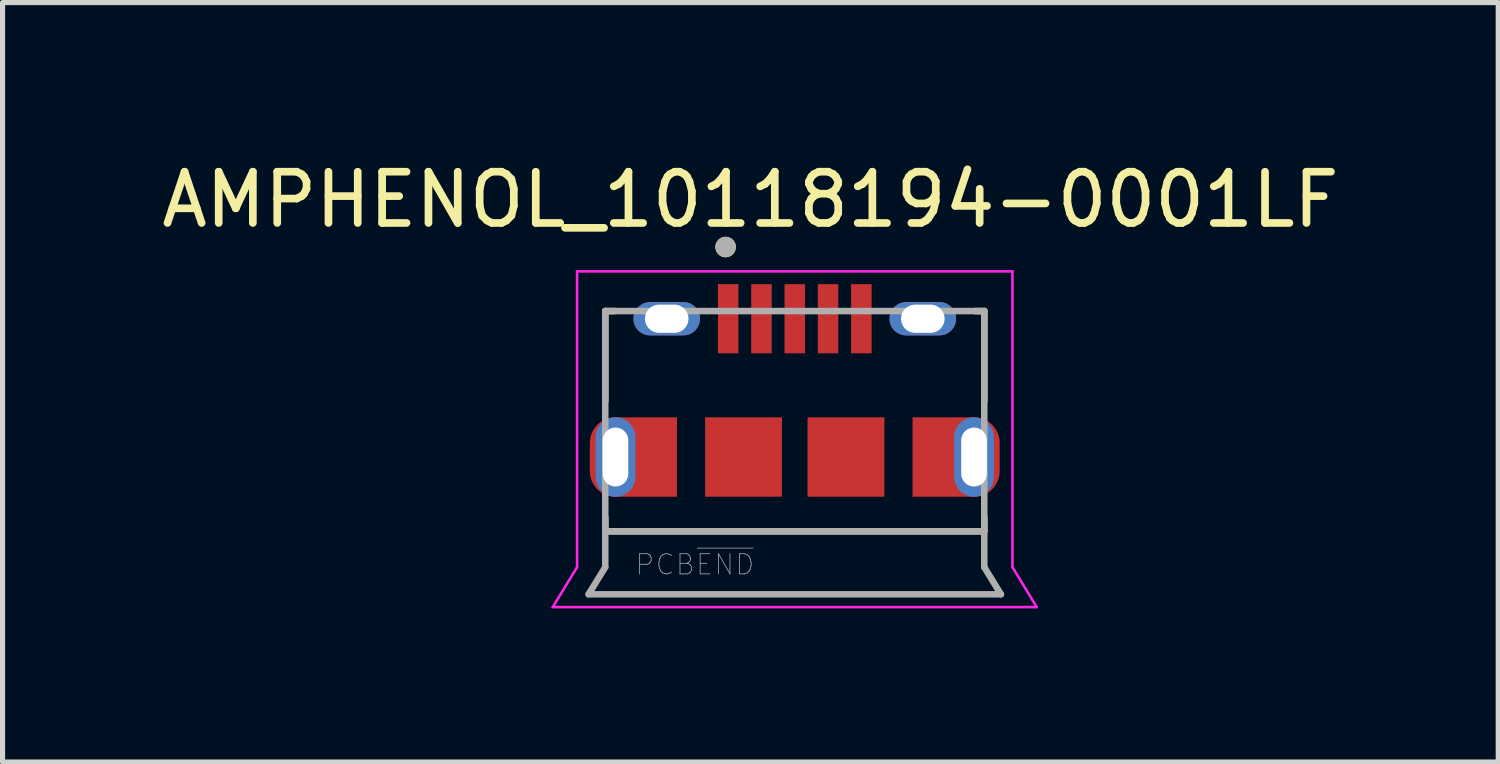
<source format=kicad_pcb>
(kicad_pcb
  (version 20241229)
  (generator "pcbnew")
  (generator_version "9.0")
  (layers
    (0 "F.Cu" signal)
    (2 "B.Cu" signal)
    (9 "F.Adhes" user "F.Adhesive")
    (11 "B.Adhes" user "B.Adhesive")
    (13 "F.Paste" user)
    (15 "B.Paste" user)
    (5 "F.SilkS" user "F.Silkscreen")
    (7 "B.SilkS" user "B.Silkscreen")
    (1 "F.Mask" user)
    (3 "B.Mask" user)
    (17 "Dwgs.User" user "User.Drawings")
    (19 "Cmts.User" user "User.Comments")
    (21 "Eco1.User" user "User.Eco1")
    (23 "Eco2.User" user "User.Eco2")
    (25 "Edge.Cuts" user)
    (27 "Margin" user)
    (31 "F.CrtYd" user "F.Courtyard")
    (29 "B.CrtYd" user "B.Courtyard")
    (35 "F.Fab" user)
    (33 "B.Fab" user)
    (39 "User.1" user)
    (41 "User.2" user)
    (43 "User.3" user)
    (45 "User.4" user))
  (footprint "AMPHENOL_10118194-0001LF"
    (layer "F.Cu")
    (at 12.467 5.873)
    (property "Reference" "AMPHENOL_10118194-0001LF" (at -0.866 -5.025 0) (layer "F.SilkS") (effects (font (size 1 1) (thickness 0.15))))
    (attr through_hole)
    (fp_poly (pts (xy -2.3 -0.78) (xy -2.3 0.775) (xy -3.498 0.775) (xy -3.498 0.575) (xy -3.486 0.575) (xy -3.473 0.574) (xy -3.46 0.572) (xy -3.447 0.57) (xy -3.434 0.567) (xy -3.422 0.563) (xy -3.41 0.558) (xy -3.398 0.553) (xy -3.386 0.548) (xy -3.374 0.542) (xy -3.363 0.535) (xy -3.353 0.527) (xy -3.342 0.52) (xy -3.332 0.511) (xy -3.323 0.502) (xy -3.314 0.493) (xy -3.305 0.483) (xy -3.298 0.472) (xy -3.29 0.462) (xy -3.283 0.451) (xy -3.277 0.439) (xy -3.272 0.427) (xy -3.267 0.415) (xy -3.262 0.403) (xy -3.258 0.391) (xy -3.255 0.378) (xy -3.253 0.365) (xy -3.251 0.352) (xy -3.25 0.339) (xy -3.25 0.325) (xy -3.25 0.315) (xy -3.25 -0.315) (xy -3.25 -0.325) (xy -3.25 -0.338) (xy -3.251 -0.351) (xy -3.253 -0.364) (xy -3.255 -0.377) (xy -3.259 -0.39) (xy -3.262 -0.402) (xy -3.267 -0.415) (xy -3.272 -0.427) (xy -3.277 -0.438) (xy -3.283 -0.45) (xy -3.29 -0.461) (xy -3.298 -0.472) (xy -3.306 -0.482) (xy -3.314 -0.492) (xy -3.323 -0.502) (xy -3.333 -0.511) (xy -3.343 -0.519) (xy -3.353 -0.527) (xy -3.364 -0.535) (xy -3.375 -0.542) (xy -3.387 -0.548) (xy -3.398 -0.553) (xy -3.41 -0.558) (xy -3.423 -0.563) (xy -3.435 -0.566) (xy -3.448 -0.57) (xy -3.461 -0.572) (xy -3.474 -0.574) (xy -3.487 -0.575) (xy -3.5 -0.575) (xy -3.513 -0.575) (xy -3.526 -0.574) (xy -3.539 -0.572) (xy -3.552 -0.57) (xy -3.565 -0.566) (xy -3.577 -0.563) (xy -3.59 -0.558) (xy -3.602 -0.553) (xy -3.613 -0.548) (xy -3.625 -0.542) (xy -3.636 -0.535) (xy -3.647 -0.527) (xy -3.657 -0.519) (xy -3.667 -0.511) (xy -3.677 -0.502) (xy -3.686 -0.492) (xy -3.694 -0.482) (xy -3.702 -0.472) (xy -3.71 -0.461) (xy -3.717 -0.45) (xy -3.723 -0.438) (xy -3.728 -0.427) (xy -3.733 -0.415) (xy -3.738 -0.402) (xy -3.741 -0.39) (xy -3.745 -0.377) (xy -3.747 -0.364) (xy -3.749 -0.351) (xy -3.75 -0.338) (xy -3.75 -0.325) (xy -3.75 0.325) (xy -3.75 0.339) (xy -3.749 0.352) (xy -3.747 0.365) (xy -3.745 0.378) (xy -3.742 0.391) (xy -3.738 0.403) (xy -3.733 0.415) (xy -3.728 0.427) (xy -3.723 0.439) (xy -3.717 0.451) (xy -3.71 0.462) (xy -3.702 0.472) (xy -3.695 0.483) (xy -3.686 0.493) (xy -3.677 0.502) (xy -3.668 0.511) (xy -3.658 0.52) (xy -3.647 0.527) (xy -3.637 0.535) (xy -3.626 0.542) (xy -3.614 0.548) (xy -3.602 0.553) (xy -3.59 0.558) (xy -3.578 0.563) (xy -3.566 0.567) (xy -3.553 0.57) (xy -3.54 0.572) (xy -3.527 0.574) (xy -3.514 0.575) (xy -3.502 0.575) (xy -3.502 0.775) (xy -3.527 0.774) (xy -3.553 0.772) (xy -3.579 0.769) (xy -3.605 0.764) (xy -3.63 0.758) (xy -3.655 0.751) (xy -3.68 0.742) (xy -3.704 0.732) (xy -3.728 0.721) (xy -3.751 0.708) (xy -3.773 0.695) (xy -3.794 0.68) (xy -3.815 0.664) (xy -3.835 0.647) (xy -3.854 0.629) (xy -3.872 0.61) (xy -3.889 0.59) (xy -3.905 0.569) (xy -3.92 0.548) (xy -3.933 0.526) (xy -3.946 0.503) (xy -3.957 0.479) (xy -3.967 0.455) (xy -3.976 0.43) (xy -3.983 0.405) (xy -3.989 0.38) (xy -3.994 0.354) (xy -3.997 0.328) (xy -3.999 0.302) (xy -4 0.275) (xy -4 -0.275) (xy -3.999 -0.301) (xy -3.997 -0.327) (xy -3.994 -0.353) (xy -3.989 -0.379) (xy -3.983 -0.404) (xy -3.976 -0.43) (xy -3.967 -0.454) (xy -3.957 -0.478) (xy -3.946 -0.502) (xy -3.933 -0.525) (xy -3.919 -0.547) (xy -3.905 -0.569) (xy -3.889 -0.59) (xy -3.872 -0.61) (xy -3.854 -0.629) (xy -3.835 -0.647) (xy -3.815 -0.664) (xy -3.794 -0.68) (xy -3.772 -0.694) (xy -3.75 -0.708) (xy -3.727 -0.721) (xy -3.703 -0.732) (xy -3.679 -0.742) (xy -3.655 -0.751) (xy -3.629 -0.758) (xy -3.604 -0.764) (xy -3.578 -0.769) (xy -3.552 -0.772) (xy -3.526 -0.774) (xy -3.5 -0.775) (xy -2.305 -0.775) (xy -2.305 -0.78) (xy -2.3 -0.78)) (stroke (width 0.001) (type solid)) (fill yes) (layer "F.Cu"))
    (fp_poly (pts (xy 2.3 0.78) (xy 2.3 -0.775) (xy 3.498 -0.775) (xy 3.498 -0.575) (xy 3.486 -0.575) (xy 3.473 -0.574) (xy 3.46 -0.572) (xy 3.447 -0.57) (xy 3.434 -0.567) (xy 3.422 -0.563) (xy 3.41 -0.558) (xy 3.398 -0.553) (xy 3.386 -0.548) (xy 3.374 -0.542) (xy 3.363 -0.535) (xy 3.353 -0.527) (xy 3.342 -0.52) (xy 3.332 -0.511) (xy 3.323 -0.502) (xy 3.314 -0.493) (xy 3.305 -0.483) (xy 3.298 -0.472) (xy 3.29 -0.462) (xy 3.283 -0.451) (xy 3.277 -0.439) (xy 3.272 -0.427) (xy 3.267 -0.415) (xy 3.262 -0.403) (xy 3.258 -0.391) (xy 3.255 -0.378) (xy 3.253 -0.365) (xy 3.251 -0.352) (xy 3.25 -0.339) (xy 3.25 -0.325) (xy 3.25 -0.315) (xy 3.25 0.315) (xy 3.25 0.325) (xy 3.25 0.338) (xy 3.251 0.351) (xy 3.253 0.364) (xy 3.255 0.377) (xy 3.259 0.39) (xy 3.262 0.402) (xy 3.267 0.415) (xy 3.272 0.427) (xy 3.277 0.438) (xy 3.283 0.45) (xy 3.29 0.461) (xy 3.298 0.472) (xy 3.306 0.482) (xy 3.314 0.492) (xy 3.323 0.502) (xy 3.333 0.511) (xy 3.343 0.519) (xy 3.353 0.527) (xy 3.364 0.535) (xy 3.375 0.542) (xy 3.387 0.548) (xy 3.398 0.553) (xy 3.41 0.558) (xy 3.423 0.563) (xy 3.435 0.566) (xy 3.448 0.57) (xy 3.461 0.572) (xy 3.474 0.574) (xy 3.487 0.575) (xy 3.5 0.575) (xy 3.513 0.575) (xy 3.526 0.574) (xy 3.539 0.572) (xy 3.552 0.57) (xy 3.565 0.566) (xy 3.577 0.563) (xy 3.59 0.558) (xy 3.602 0.553) (xy 3.613 0.548) (xy 3.625 0.542) (xy 3.636 0.535) (xy 3.647 0.527) (xy 3.657 0.519) (xy 3.667 0.511) (xy 3.677 0.502) (xy 3.686 0.492) (xy 3.694 0.482) (xy 3.702 0.472) (xy 3.71 0.461) (xy 3.717 0.45) (xy 3.723 0.438) (xy 3.728 0.427) (xy 3.733 0.415) (xy 3.738 0.402) (xy 3.741 0.39) (xy 3.745 0.377) (xy 3.747 0.364) (xy 3.749 0.351) (xy 3.75 0.338) (xy 3.75 0.325) (xy 3.75 -0.325) (xy 3.75 -0.339) (xy 3.749 -0.352) (xy 3.747 -0.365) (xy 3.745 -0.378) (xy 3.742 -0.391) (xy 3.738 -0.403) (xy 3.733 -0.415) (xy 3.728 -0.427) (xy 3.723 -0.439) (xy 3.717 -0.451) (xy 3.71 -0.462) (xy 3.702 -0.472) (xy 3.695 -0.483) (xy 3.686 -0.493) (xy 3.677 -0.502) (xy 3.668 -0.511) (xy 3.658 -0.52) (xy 3.647 -0.527) (xy 3.637 -0.535) (xy 3.626 -0.542) (xy 3.614 -0.548) (xy 3.602 -0.553) (xy 3.59 -0.558) (xy 3.578 -0.563) (xy 3.566 -0.567) (xy 3.553 -0.57) (xy 3.54 -0.572) (xy 3.527 -0.574) (xy 3.514 -0.575) (xy 3.502 -0.575) (xy 3.502 -0.775) (xy 3.527 -0.774) (xy 3.553 -0.772) (xy 3.579 -0.769) (xy 3.605 -0.764) (xy 3.63 -0.758) (xy 3.655 -0.751) (xy 3.68 -0.742) (xy 3.704 -0.732) (xy 3.728 -0.721) (xy 3.751 -0.708) (xy 3.773 -0.695) (xy 3.794 -0.68) (xy 3.815 -0.664) (xy 3.835 -0.647) (xy 3.854 -0.629) (xy 3.872 -0.61) (xy 3.889 -0.59) (xy 3.905 -0.569) (xy 3.92 -0.548) (xy 3.933 -0.526) (xy 3.946 -0.503) (xy 3.957 -0.479) (xy 3.967 -0.455) (xy 3.976 -0.43) (xy 3.983 -0.405) (xy 3.989 -0.38) (xy 3.994 -0.354) (xy 3.997 -0.328) (xy 3.999 -0.302) (xy 4 -0.275) (xy 4 0.275) (xy 3.999 0.301) (xy 3.997 0.327) (xy 3.994 0.353) (xy 3.989 0.379) (xy 3.983 0.404) (xy 3.976 0.43) (xy 3.967 0.454) (xy 3.957 0.478) (xy 3.946 0.502) (xy 3.933 0.525) (xy 3.919 0.547) (xy 3.905 0.569) (xy 3.889 0.59) (xy 3.872 0.61) (xy 3.854 0.629) (xy 3.835 0.647) (xy 3.815 0.664) (xy 3.794 0.68) (xy 3.772 0.694) (xy 3.75 0.708) (xy 3.727 0.721) (xy 3.703 0.732) (xy 3.679 0.742) (xy 3.655 0.751) (xy 3.629 0.758) (xy 3.604 0.764) (xy 3.578 0.769) (xy 3.552 0.772) (xy 3.526 0.774) (xy 3.5 0.775) (xy 2.305 0.775) (xy 2.305 0.78) (xy 2.3 0.78)) (stroke (width 0.001) (type solid)) (fill yes) (layer "F.Cu"))
    (fp_poly (pts (xy -3.6 -0.875) (xy -2.2 -0.875) (xy -2.2 0.875) (xy -3.6 0.875) (xy -3.626 0.874) (xy -3.652 0.872) (xy -3.678 0.869) (xy -3.704 0.864) (xy -3.729 0.858) (xy -3.755 0.851) (xy -3.779 0.842) (xy -3.803 0.832) (xy -3.827 0.821) (xy -3.85 0.808) (xy -3.872 0.794) (xy -3.894 0.78) (xy -3.915 0.764) (xy -3.935 0.747) (xy -3.954 0.729) (xy -3.972 0.71) (xy -3.989 0.69) (xy -4.005 0.669) (xy -4.019 0.647) (xy -4.033 0.625) (xy -4.046 0.602) (xy -4.057 0.578) (xy -4.067 0.554) (xy -4.076 0.53) (xy -4.083 0.504) (xy -4.089 0.479) (xy -4.094 0.453) (xy -4.097 0.427) (xy -4.099 0.401) (xy -4.1 0.375) (xy -4.1 -0.375) (xy -4.099 -0.401) (xy -4.097 -0.427) (xy -4.094 -0.453) (xy -4.089 -0.479) (xy -4.083 -0.504) (xy -4.076 -0.53) (xy -4.067 -0.554) (xy -4.057 -0.578) (xy -4.046 -0.602) (xy -4.033 -0.625) (xy -4.019 -0.647) (xy -4.005 -0.669) (xy -3.989 -0.69) (xy -3.972 -0.71) (xy -3.954 -0.729) (xy -3.935 -0.747) (xy -3.915 -0.764) (xy -3.894 -0.78) (xy -3.872 -0.794) (xy -3.85 -0.808) (xy -3.827 -0.821) (xy -3.803 -0.832) (xy -3.779 -0.842) (xy -3.755 -0.851) (xy -3.729 -0.858) (xy -3.704 -0.864) (xy -3.678 -0.869) (xy -3.652 -0.872) (xy -3.626 -0.874) (xy -3.6 -0.875)) (stroke (width 0.0001) (type solid)) (fill yes) (layer "F.Mask"))
    (fp_poly (pts (xy 3.6 0.875) (xy 2.2 0.875) (xy 2.2 -0.875) (xy 3.6 -0.875) (xy 3.626 -0.874) (xy 3.652 -0.872) (xy 3.678 -0.869) (xy 3.704 -0.864) (xy 3.729 -0.858) (xy 3.755 -0.851) (xy 3.779 -0.842) (xy 3.803 -0.832) (xy 3.827 -0.821) (xy 3.85 -0.808) (xy 3.872 -0.794) (xy 3.894 -0.78) (xy 3.915 -0.764) (xy 3.935 -0.747) (xy 3.954 -0.729) (xy 3.972 -0.71) (xy 3.989 -0.69) (xy 4.005 -0.669) (xy 4.019 -0.647) (xy 4.033 -0.625) (xy 4.046 -0.602) (xy 4.057 -0.578) (xy 4.067 -0.554) (xy 4.076 -0.53) (xy 4.083 -0.504) (xy 4.089 -0.479) (xy 4.094 -0.453) (xy 4.097 -0.427) (xy 4.099 -0.401) (xy 4.1 -0.375) (xy 4.1 0.375) (xy 4.099 0.401) (xy 4.097 0.427) (xy 4.094 0.453) (xy 4.089 0.479) (xy 4.083 0.504) (xy 4.076 0.53) (xy 4.067 0.554) (xy 4.057 0.578) (xy 4.046 0.602) (xy 4.033 0.625) (xy 4.019 0.647) (xy 4.005 0.669) (xy 3.989 0.69) (xy 3.972 0.71) (xy 3.954 0.729) (xy 3.935 0.747) (xy 3.915 0.764) (xy 3.894 0.78) (xy 3.872 0.794) (xy 3.85 0.808) (xy 3.827 0.821) (xy 3.803 0.832) (xy 3.779 0.842) (xy 3.755 0.851) (xy 3.729 0.858) (xy 3.704 0.864) (xy 3.678 0.869) (xy 3.652 0.872) (xy 3.626 0.874) (xy 3.6 0.875)) (stroke (width 0.0001) (type solid)) (fill yes) (layer "F.Mask"))
    (fp_line (start -3.7 -2.85) (end -3.7 -1.095) (stroke (width 0.127) (type solid)) (layer "F.SilkS"))
    (fp_line (start -3.7 -2.85) (end -3.52 -2.85) (stroke (width 0.127) (type solid)) (layer "F.SilkS"))
    (fp_line (start -3.7 1.45) (end -3.7 1.18) (stroke (width 0.127) (type solid)) (layer "F.SilkS"))
    (fp_line (start -3.7 1.45) (end 3.7 1.45) (stroke (width 0.127) (type solid)) (layer "F.SilkS"))
    (fp_line (start 3.7 -2.85) (end 3.52 -2.85) (stroke (width 0.127) (type solid)) (layer "F.SilkS"))
    (fp_line (start 3.7 -2.85) (end 3.7 -1.095) (stroke (width 0.127) (type solid)) (layer "F.SilkS"))
    (fp_line (start 3.7 1.18) (end 3.7 1.45) (stroke (width 0.127) (type solid)) (layer "F.SilkS"))
    (fp_circle (center -1.35 -4.1) (end -1.25 -4.1) (stroke (width 0.2) (type solid)) (fill no) (layer "F.SilkS"))
    (fp_line (start -3.5 -0.77) (end -3.5 -0.6) (stroke (width 0.0001) (type solid)) (layer "F.Paste"))
    (fp_line (start 3.5 0.77) (end 3.5 0.6) (stroke (width 0.0001) (type solid)) (layer "F.Paste"))
    (fp_poly (pts (xy -3.5 -0.775) (xy -3.5 -0.575) (xy -3.487 -0.575) (xy -3.474 -0.574) (xy -3.461 -0.572) (xy -3.448 -0.57) (xy -3.435 -0.566) (xy -3.423 -0.563) (xy -3.41 -0.558) (xy -3.398 -0.553) (xy -3.387 -0.548) (xy -3.375 -0.542) (xy -3.364 -0.535) (xy -3.353 -0.527) (xy -3.343 -0.519) (xy -3.333 -0.511) (xy -3.323 -0.502) (xy -3.314 -0.492) (xy -3.306 -0.482) (xy -3.298 -0.472) (xy -3.29 -0.461) (xy -3.283 -0.45) (xy -3.277 -0.438) (xy -3.272 -0.427) (xy -3.267 -0.415) (xy -3.262 -0.402) (xy -3.259 -0.39) (xy -3.255 -0.377) (xy -3.253 -0.364) (xy -3.251 -0.351) (xy -3.25 -0.338) (xy -3.25 -0.325) (xy -3.25 0.325) (xy -3.25 0.338) (xy -3.251 0.351) (xy -3.253 0.364) (xy -3.255 0.377) (xy -3.259 0.39) (xy -3.262 0.402) (xy -3.267 0.415) (xy -3.272 0.427) (xy -3.277 0.438) (xy -3.283 0.45) (xy -3.29 0.461) (xy -3.298 0.472) (xy -3.306 0.482) (xy -3.314 0.492) (xy -3.323 0.502) (xy -3.333 0.511) (xy -3.343 0.519) (xy -3.353 0.527) (xy -3.364 0.535) (xy -3.375 0.542) (xy -3.387 0.548) (xy -3.398 0.553) (xy -3.41 0.558) (xy -3.423 0.563) (xy -3.435 0.566) (xy -3.448 0.57) (xy -3.461 0.572) (xy -3.474 0.574) (xy -3.487 0.575) (xy -3.5 0.575) (xy -3.5 0.775) (xy -2.3 0.775) (xy -2.3 -0.775) (xy -3.5 -0.775)) (stroke (width 0.0001) (type solid)) (fill yes) (layer "F.Paste"))
    (fp_poly (pts (xy 3.5 0.775) (xy 3.5 0.575) (xy 3.487 0.575) (xy 3.474 0.574) (xy 3.461 0.572) (xy 3.448 0.57) (xy 3.435 0.566) (xy 3.423 0.563) (xy 3.41 0.558) (xy 3.398 0.553) (xy 3.387 0.548) (xy 3.375 0.542) (xy 3.364 0.535) (xy 3.353 0.527) (xy 3.343 0.519) (xy 3.333 0.511) (xy 3.323 0.502) (xy 3.314 0.492) (xy 3.306 0.482) (xy 3.298 0.472) (xy 3.29 0.461) (xy 3.283 0.45) (xy 3.277 0.438) (xy 3.272 0.427) (xy 3.267 0.415) (xy 3.262 0.402) (xy 3.259 0.39) (xy 3.255 0.377) (xy 3.253 0.364) (xy 3.251 0.351) (xy 3.25 0.338) (xy 3.25 0.325) (xy 3.25 -0.325) (xy 3.25 -0.338) (xy 3.251 -0.351) (xy 3.253 -0.364) (xy 3.255 -0.377) (xy 3.259 -0.39) (xy 3.262 -0.402) (xy 3.267 -0.415) (xy 3.272 -0.427) (xy 3.277 -0.438) (xy 3.283 -0.45) (xy 3.29 -0.461) (xy 3.298 -0.472) (xy 3.306 -0.482) (xy 3.314 -0.492) (xy 3.323 -0.502) (xy 3.333 -0.511) (xy 3.343 -0.519) (xy 3.353 -0.527) (xy 3.364 -0.535) (xy 3.375 -0.542) (xy 3.387 -0.548) (xy 3.398 -0.553) (xy 3.41 -0.558) (xy 3.423 -0.563) (xy 3.435 -0.566) (xy 3.448 -0.57) (xy 3.461 -0.572) (xy 3.474 -0.574) (xy 3.487 -0.575) (xy 3.5 -0.575) (xy 3.5 -0.775) (xy 2.3 -0.775) (xy 2.3 0.775) (xy 3.5 0.775)) (stroke (width 0.0001) (type solid)) (fill yes) (layer "F.Paste"))
    (fp_poly (pts (xy -3.5 -0.775) (xy -3.5 -0.575) (xy -3.513 -0.575) (xy -3.526 -0.574) (xy -3.539 -0.572) (xy -3.552 -0.57) (xy -3.565 -0.566) (xy -3.577 -0.563) (xy -3.59 -0.558) (xy -3.602 -0.553) (xy -3.613 -0.548) (xy -3.625 -0.542) (xy -3.636 -0.535) (xy -3.647 -0.527) (xy -3.657 -0.519) (xy -3.667 -0.511) (xy -3.677 -0.502) (xy -3.686 -0.492) (xy -3.694 -0.482) (xy -3.702 -0.472) (xy -3.71 -0.461) (xy -3.717 -0.45) (xy -3.723 -0.438) (xy -3.728 -0.427) (xy -3.733 -0.415) (xy -3.738 -0.402) (xy -3.741 -0.39) (xy -3.745 -0.377) (xy -3.747 -0.364) (xy -3.749 -0.351) (xy -3.75 -0.338) (xy -3.75 -0.325) (xy -3.75 0.325) (xy -3.75 0.338) (xy -3.749 0.351) (xy -3.747 0.364) (xy -3.745 0.377) (xy -3.741 0.39) (xy -3.738 0.402) (xy -3.733 0.415) (xy -3.728 0.427) (xy -3.723 0.438) (xy -3.717 0.45) (xy -3.71 0.461) (xy -3.702 0.472) (xy -3.694 0.482) (xy -3.686 0.492) (xy -3.677 0.502) (xy -3.667 0.511) (xy -3.657 0.519) (xy -3.647 0.527) (xy -3.636 0.535) (xy -3.625 0.542) (xy -3.613 0.548) (xy -3.602 0.553) (xy -3.59 0.558) (xy -3.577 0.563) (xy -3.565 0.566) (xy -3.552 0.57) (xy -3.539 0.572) (xy -3.526 0.574) (xy -3.513 0.575) (xy -3.5 0.575) (xy -3.5 0.775) (xy -3.526 0.774) (xy -3.552 0.772) (xy -3.578 0.769) (xy -3.604 0.764) (xy -3.629 0.758) (xy -3.655 0.751) (xy -3.679 0.742) (xy -3.703 0.732) (xy -3.727 0.721) (xy -3.75 0.708) (xy -3.772 0.694) (xy -3.794 0.68) (xy -3.815 0.664) (xy -3.835 0.647) (xy -3.854 0.629) (xy -3.872 0.61) (xy -3.889 0.59) (xy -3.905 0.569) (xy -3.919 0.547) (xy -3.933 0.525) (xy -3.946 0.502) (xy -3.957 0.478) (xy -3.967 0.454) (xy -3.976 0.43) (xy -3.983 0.404) (xy -3.989 0.379) (xy -3.994 0.353) (xy -3.997 0.327) (xy -3.999 0.301) (xy -4 0.275) (xy -4 -0.275) (xy -3.999 -0.301) (xy -3.997 -0.327) (xy -3.994 -0.353) (xy -3.989 -0.379) (xy -3.983 -0.404) (xy -3.976 -0.43) (xy -3.967 -0.454) (xy -3.957 -0.478) (xy -3.946 -0.502) (xy -3.933 -0.525) (xy -3.919 -0.547) (xy -3.905 -0.569) (xy -3.889 -0.59) (xy -3.872 -0.61) (xy -3.854 -0.629) (xy -3.835 -0.647) (xy -3.815 -0.664) (xy -3.794 -0.68) (xy -3.772 -0.694) (xy -3.75 -0.708) (xy -3.727 -0.721) (xy -3.703 -0.732) (xy -3.679 -0.742) (xy -3.655 -0.751) (xy -3.629 -0.758) (xy -3.604 -0.764) (xy -3.578 -0.769) (xy -3.552 -0.772) (xy -3.526 -0.774) (xy -3.5 -0.775)) (stroke (width 0.0001) (type solid)) (fill yes) (layer "F.Paste"))
    (fp_poly (pts (xy 3.5 0.775) (xy 3.5 0.575) (xy 3.513 0.575) (xy 3.526 0.574) (xy 3.539 0.572) (xy 3.552 0.57) (xy 3.565 0.566) (xy 3.577 0.563) (xy 3.59 0.558) (xy 3.602 0.553) (xy 3.613 0.548) (xy 3.625 0.542) (xy 3.636 0.535) (xy 3.647 0.527) (xy 3.657 0.519) (xy 3.667 0.511) (xy 3.677 0.502) (xy 3.686 0.492) (xy 3.694 0.482) (xy 3.702 0.472) (xy 3.71 0.461) (xy 3.717 0.45) (xy 3.723 0.438) (xy 3.728 0.427) (xy 3.733 0.415) (xy 3.738 0.402) (xy 3.741 0.39) (xy 3.745 0.377) (xy 3.747 0.364) (xy 3.749 0.351) (xy 3.75 0.338) (xy 3.75 0.325) (xy 3.75 -0.325) (xy 3.75 -0.338) (xy 3.749 -0.351) (xy 3.747 -0.364) (xy 3.745 -0.377) (xy 3.741 -0.39) (xy 3.738 -0.402) (xy 3.733 -0.415) (xy 3.728 -0.427) (xy 3.723 -0.438) (xy 3.717 -0.45) (xy 3.71 -0.461) (xy 3.702 -0.472) (xy 3.694 -0.482) (xy 3.686 -0.492) (xy 3.677 -0.502) (xy 3.667 -0.511) (xy 3.657 -0.519) (xy 3.647 -0.527) (xy 3.636 -0.535) (xy 3.625 -0.542) (xy 3.613 -0.548) (xy 3.602 -0.553) (xy 3.59 -0.558) (xy 3.577 -0.563) (xy 3.565 -0.566) (xy 3.552 -0.57) (xy 3.539 -0.572) (xy 3.526 -0.574) (xy 3.513 -0.575) (xy 3.5 -0.575) (xy 3.5 -0.775) (xy 3.526 -0.774) (xy 3.552 -0.772) (xy 3.578 -0.769) (xy 3.604 -0.764) (xy 3.629 -0.758) (xy 3.655 -0.751) (xy 3.679 -0.742) (xy 3.703 -0.732) (xy 3.727 -0.721) (xy 3.75 -0.708) (xy 3.772 -0.694) (xy 3.794 -0.68) (xy 3.815 -0.664) (xy 3.835 -0.647) (xy 3.854 -0.629) (xy 3.872 -0.61) (xy 3.889 -0.59) (xy 3.905 -0.569) (xy 3.919 -0.547) (xy 3.933 -0.525) (xy 3.946 -0.502) (xy 3.957 -0.478) (xy 3.967 -0.454) (xy 3.976 -0.43) (xy 3.983 -0.404) (xy 3.989 -0.379) (xy 3.994 -0.353) (xy 3.997 -0.327) (xy 3.999 -0.301) (xy 4 -0.275) (xy 4 0.275) (xy 3.999 0.301) (xy 3.997 0.327) (xy 3.994 0.353) (xy 3.989 0.379) (xy 3.983 0.404) (xy 3.976 0.43) (xy 3.967 0.454) (xy 3.957 0.478) (xy 3.946 0.502) (xy 3.933 0.525) (xy 3.919 0.547) (xy 3.905 0.569) (xy 3.889 0.59) (xy 3.872 0.61) (xy 3.854 0.629) (xy 3.835 0.647) (xy 3.815 0.664) (xy 3.794 0.68) (xy 3.772 0.694) (xy 3.75 0.708) (xy 3.727 0.721) (xy 3.703 0.732) (xy 3.679 0.742) (xy 3.655 0.751) (xy 3.629 0.758) (xy 3.604 0.764) (xy 3.578 0.769) (xy 3.552 0.772) (xy 3.526 0.774) (xy 3.5 0.775)) (stroke (width 0.0001) (type solid)) (fill yes) (layer "F.Paste"))
    (fp_line (start -4.725 2.93) (end -4.25 2.15) (stroke (width 0.05) (type solid)) (layer "F.CrtYd"))
    (fp_line (start -4.25 -3.625) (end 4.25 -3.625) (stroke (width 0.05) (type solid)) (layer "F.CrtYd"))
    (fp_line (start -4.25 2.15) (end -4.25 -3.625) (stroke (width 0.05) (type solid)) (layer "F.CrtYd"))
    (fp_line (start 4.25 2.15) (end 4.25 -3.625) (stroke (width 0.05) (type solid)) (layer "F.CrtYd"))
    (fp_line (start 4.725 2.93) (end -4.725 2.93) (stroke (width 0.05) (type solid)) (layer "F.CrtYd"))
    (fp_line (start 4.725 2.93) (end 4.25 2.15) (stroke (width 0.05) (type solid)) (layer "F.CrtYd"))
    (fp_line (start -4.025 2.68) (end 4.025 2.68) (stroke (width 0.127) (type solid)) (layer "F.Fab"))
    (fp_line (start -3.7 -2.85) (end -3.7 1.45) (stroke (width 0.127) (type solid)) (layer "F.Fab"))
    (fp_line (start -3.7 -2.85) (end 3.7 -2.85) (stroke (width 0.127) (type solid)) (layer "F.Fab"))
    (fp_line (start -3.7 1.45) (end -3.7 2.15) (stroke (width 0.127) (type solid)) (layer "F.Fab"))
    (fp_line (start -3.7 1.45) (end 3.7 1.45) (stroke (width 0.127) (type solid)) (layer "F.Fab"))
    (fp_line (start -3.7 2.15) (end -4.025 2.68) (stroke (width 0.127) (type solid)) (layer "F.Fab"))
    (fp_line (start 3.7 1.45) (end 3.7 -2.85) (stroke (width 0.127) (type solid)) (layer "F.Fab"))
    (fp_line (start 3.7 2.15) (end 3.7 1.45) (stroke (width 0.127) (type solid)) (layer "F.Fab"))
    (fp_line (start 4.025 2.68) (end 3.7 2.15) (stroke (width 0.127) (type solid)) (layer "F.Fab"))
    (fp_circle (center -1.35 -4.1) (end -1.25 -4.1) (stroke (width 0.2) (type solid)) (fill no) (layer "F.Fab"))
    (fp_text user "PCB~{END}" (at -1.95 2.1 0) (layer "F.Fab") (effects (font (size 0.394 0.394) (thickness 0.015))))
    (pad "1" smd rect (at -1.3 -2.7) (size 0.4 1.35) (layers "F.Cu" "F.Mask" "F.Paste"))
    (pad "2" smd rect (at -0.65 -2.7) (size 0.4 1.35) (layers "F.Cu" "F.Mask" "F.Paste"))
    (pad "3" smd rect (at 0 -2.7) (size 0.4 1.35) (layers "F.Cu" "F.Mask" "F.Paste"))
    (pad "4" smd rect (at 0.65 -2.7) (size 0.4 1.35) (layers "F.Cu" "F.Mask" "F.Paste"))
    (pad "5" smd rect (at 1.3 -2.7) (size 0.4 1.35) (layers "F.Cu" "F.Mask" "F.Paste"))
    (pad "6" thru_hole oval (at -3.5 0) (size 0.775 1.55) (drill oval 0.5 1.15) (layers "*.Cu" "*.Mask"))
    (pad "6" thru_hole oval (at -2.5 -2.7) (size 1.3 0.65) (drill oval 0.85 0.55) (layers "*.Cu" "*.Mask"))
    (pad "6" smd rect (at -1 0) (size 1.5 1.55) (layers "F.Cu" "F.Mask" "F.Paste"))
    (pad "6" smd rect (at 1 0) (size 1.5 1.55) (layers "F.Cu" "F.Mask" "F.Paste"))
    (pad "6" thru_hole oval (at 2.5 -2.7) (size 1.3 0.65) (drill oval 0.85 0.55) (layers "*.Cu" "*.Mask"))
    (pad "6" thru_hole oval (at 3.5 0) (size 0.775 1.55) (drill oval 0.5 1.15) (layers "*.Cu" "*.Mask")))
  (gr_rect
    (start -3 -3)
    (end 26.202 11.828)
    (stroke (width 0.1) (type default))
    (fill no)
    (layer "Edge.Cuts")))
</source>
